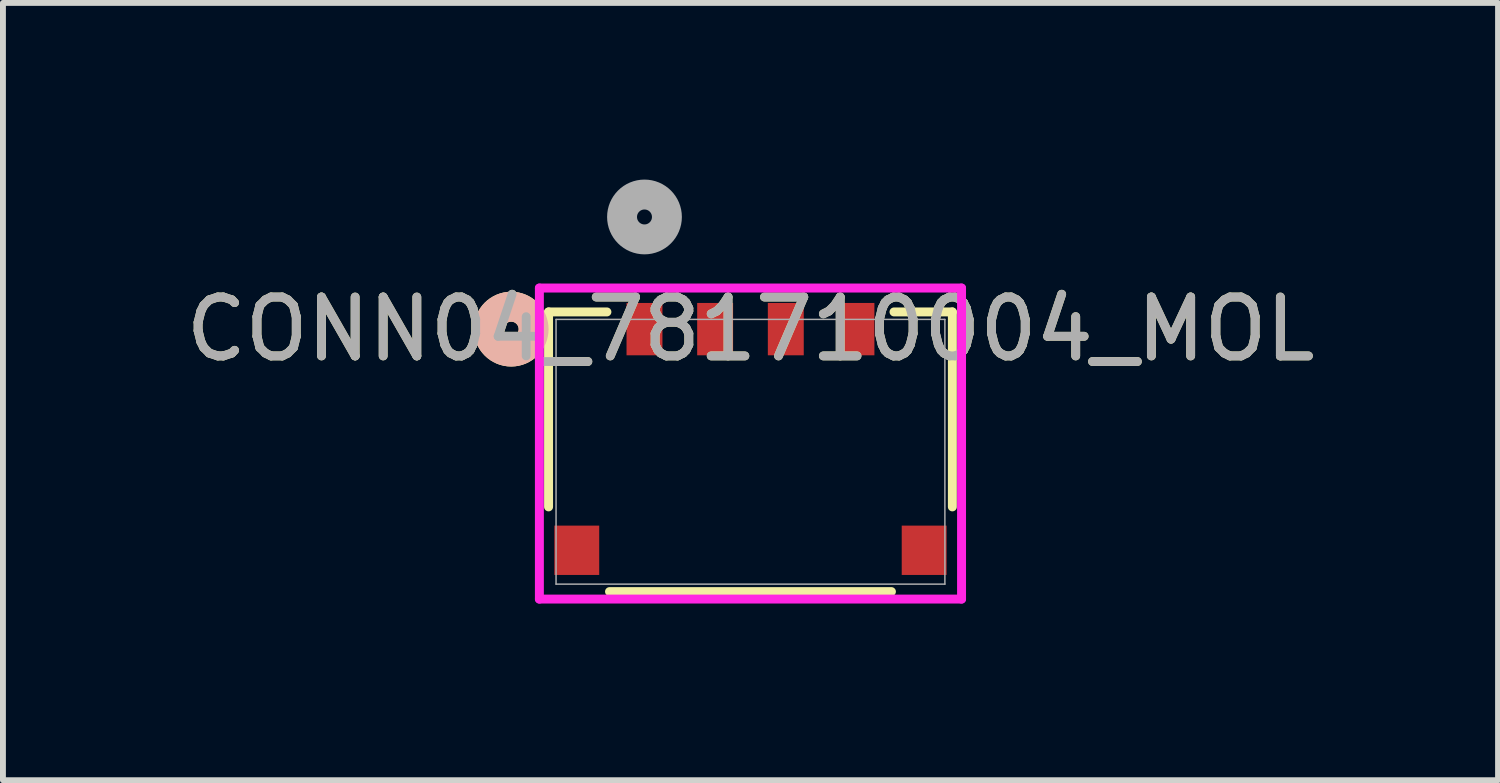
<source format=kicad_pcb>
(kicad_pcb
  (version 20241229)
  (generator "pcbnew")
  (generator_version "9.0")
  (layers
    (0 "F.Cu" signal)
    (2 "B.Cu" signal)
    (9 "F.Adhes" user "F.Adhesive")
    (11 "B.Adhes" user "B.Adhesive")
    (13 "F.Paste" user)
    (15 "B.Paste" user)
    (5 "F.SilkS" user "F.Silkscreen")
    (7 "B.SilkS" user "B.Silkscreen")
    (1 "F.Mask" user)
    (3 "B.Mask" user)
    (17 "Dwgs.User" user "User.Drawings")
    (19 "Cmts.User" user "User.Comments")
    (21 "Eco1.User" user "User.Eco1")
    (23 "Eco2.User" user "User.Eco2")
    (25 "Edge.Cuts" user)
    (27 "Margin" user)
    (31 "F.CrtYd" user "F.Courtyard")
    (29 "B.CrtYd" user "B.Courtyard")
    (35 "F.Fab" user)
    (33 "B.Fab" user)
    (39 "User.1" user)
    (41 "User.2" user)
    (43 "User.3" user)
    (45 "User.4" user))
  (footprint "CONN04_781710004_MOL"
    (layer "F.Cu")
    (at 9.696 4.623)
    (property "Reference" "CONN04_781710004_MOL" (at 0 -2.083 0) (unlocked yes) (layer "F.SilkS") (effects (font (size 1 1) (thickness 0.15))))
    (attr smd)
    (fp_line (start -3.429 -2.375) (end -3.429 0.936) (stroke (width 0.152) (type solid)) (layer "F.SilkS"))
    (fp_line (start -2.438 -2.375) (end -3.429 -2.375) (stroke (width 0.152) (type solid)) (layer "F.SilkS"))
    (fp_line (start -2.394 2.375) (end 2.394 2.375) (stroke (width 0.152) (type solid)) (layer "F.SilkS"))
    (fp_line (start 3.429 -2.375) (end 2.438 -2.375) (stroke (width 0.152) (type solid)) (layer "F.SilkS"))
    (fp_line (start 3.429 0.936) (end 3.429 -2.375) (stroke (width 0.152) (type solid)) (layer "F.SilkS"))
    (fp_circle (center -4.064 -2.083) (end -3.683 -2.083) (stroke (width 0.508) (type solid)) (fill no) (layer "F.SilkS"))
    (fp_circle (center -4.064 -2.083) (end -3.683 -2.083) (stroke (width 0.508) (type solid)) (fill no) (layer "B.SilkS"))
    (fp_line (start -3.585 -2.781) (end -3.585 2.502) (stroke (width 0.152) (type solid)) (layer "F.CrtYd"))
    (fp_line (start -3.585 2.502) (end 3.585 2.502) (stroke (width 0.152) (type solid)) (layer "F.CrtYd"))
    (fp_line (start 3.585 -2.781) (end -3.585 -2.781) (stroke (width 0.152) (type solid)) (layer "F.CrtYd"))
    (fp_line (start 3.585 2.502) (end 3.585 -2.781) (stroke (width 0.152) (type solid)) (layer "F.CrtYd"))
    (fp_line (start -3.302 -2.248) (end -3.302 2.248) (stroke (width 0.025) (type solid)) (layer "F.Fab"))
    (fp_line (start -3.302 2.248) (end 3.302 2.248) (stroke (width 0.025) (type solid)) (layer "F.Fab"))
    (fp_line (start 3.302 -2.248) (end -3.302 -2.248) (stroke (width 0.025) (type solid)) (layer "F.Fab"))
    (fp_line (start 3.302 2.248) (end 3.302 -2.248) (stroke (width 0.025) (type solid)) (layer "F.Fab"))
    (fp_circle (center -1.8 -3.988) (end -1.419 -3.988) (stroke (width 0.508) (type solid)) (fill no) (layer "F.Fab"))
    (fp_text user "${REFERENCE}" (at 0 -2.083 0) (unlocked yes) (layer "F.Fab") (effects (font (size 1 1) (thickness 0.15))))
    (pad "1" smd rect (at -1.8 -2.083) (size 0.61 0.889) (layers "F.Cu" "F.Mask" "F.Paste"))
    (pad "2" smd rect (at -0.6 -2.083) (size 0.61 0.889) (layers "F.Cu" "F.Mask" "F.Paste"))
    (pad "3" smd rect (at 0.6 -2.083) (size 0.61 0.889) (layers "F.Cu" "F.Mask" "F.Paste"))
    (pad "4" smd rect (at 1.8 -2.083) (size 0.61 0.889) (layers "F.Cu" "F.Mask" "F.Paste"))
    (pad "5" smd rect (at -2.95 1.673) (size 0.762 0.838) (layers "F.Cu" "F.Mask" "F.Paste"))
    (pad "6" smd rect (at 2.95 1.673) (size 0.762 0.838) (layers "F.Cu" "F.Mask" "F.Paste")))
  (gr_rect
    (start -3 -3)
    (end 22.393 10.201)
    (stroke (width 0.1) (type default))
    (fill no)
    (layer "Edge.Cuts")))
</source>
